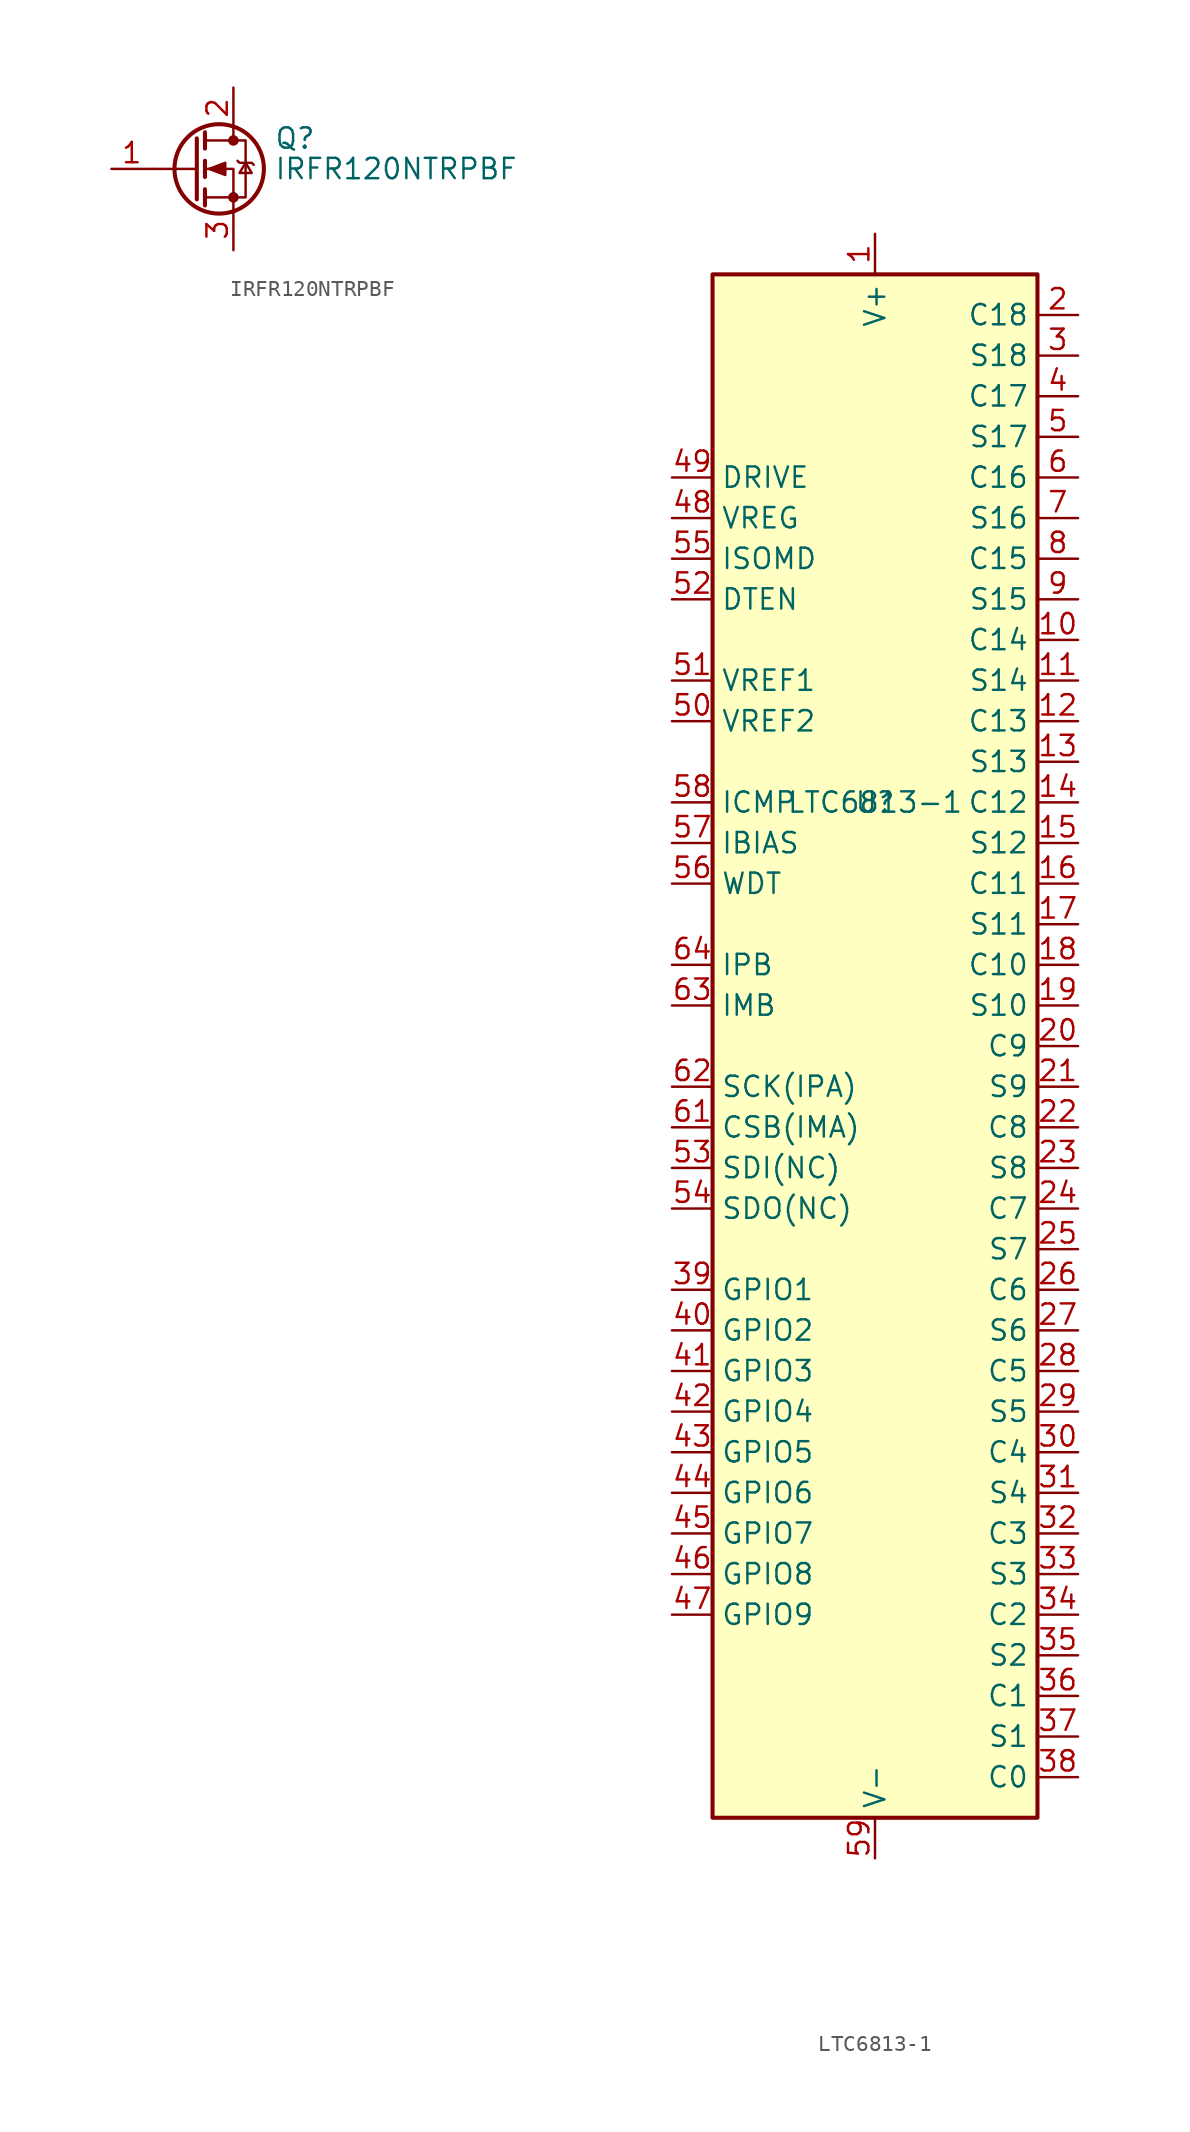
<source format=kicad_sym>
(kicad_symbol_lib
  (version 20220914)
  (generator kicad_symbol_editor)
  (symbol "IRFR120NTRPBF"
    (pin_names hide)
    (property "Reference" "Q"
      (at 5.08 1.905 0)
      (effects (font (size 1.27 1.27)) (justify left)))
    (property "Value" "IRFR120NTRPBF"
      (at 5.08 0 0)
      (effects (font (size 1.27 1.27)) (justify left)))
    (symbol "IRFR120NTRPBF_0_1"
      (polyline (pts (xy 0.254 0) (xy -2.54 0)) (stroke (width 0) (type default)) (fill (type none)))
      (polyline (pts (xy 0.254 1.905) (xy 0.254 -1.905)) (stroke (width 0.254) (type default)) (fill (type none)))
      (polyline (pts (xy 0.762 -1.27) (xy 0.762 -2.286)) (stroke (width 0.254) (type default)) (fill (type none)))
      (polyline (pts (xy 0.762 0.508) (xy 0.762 -0.508)) (stroke (width 0.254) (type default)) (fill (type none)))
      (polyline (pts (xy 0.762 2.286) (xy 0.762 1.27)) (stroke (width 0.254) (type default)) (fill (type none)))
      (polyline (pts (xy 2.54 2.54) (xy 2.54 1.778)) (stroke (width 0) (type default)) (fill (type none)))
      (polyline (pts (xy 2.54 -2.54) (xy 2.54 0) (xy 0.762 0)) (stroke (width 0) (type default)) (fill (type none)))
      (polyline (pts (xy 0.762 -1.778) (xy 3.302 -1.778) (xy 3.302 1.778) (xy 0.762 1.778)) (stroke (width 0) (type default)) (fill (type none)))
      (polyline (pts (xy 1.016 0) (xy 2.032 0.381) (xy 2.032 -0.381) (xy 1.016 0)) (stroke (width 0) (type default)) (fill (type outline)))
      (polyline (pts (xy 2.794 0.508) (xy 2.921 0.381) (xy 3.683 0.381) (xy 3.81 0.254)) (stroke (width 0) (type default)) (fill (type none)))
      (polyline (pts (xy 3.302 0.381) (xy 2.921 -0.254) (xy 3.683 -0.254) (xy 3.302 0.381)) (stroke (width 0) (type default)) (fill (type none)))
      (circle (center 1.651 0) (radius 2.794) (stroke (width 0.254) (type default)) (fill (type none)))
      (circle (center 2.54 -1.778) (radius 0.254) (stroke (width 0) (type default)) (fill (type outline)))
      (circle (center 2.54 1.778) (radius 0.254) (stroke (width 0) (type default)) (fill (type outline))))
    (symbol "IRFR120NTRPBF_1_1"
      (pin input line (at -5.08 0 0) (length 2.54) (name "G" (effects (font (size 1.27 1.27)))) (number "1" (effects (font (size 1.27 1.27)))))
      (pin passive line (at 2.54 5.08 270) (length 2.54) (name "D" (effects (font (size 1.27 1.27)))) (number "2" (effects (font (size 1.27 1.27)))))
      (pin passive line (at 2.54 -5.08 90) (length 2.54) (name "S" (effects (font (size 1.27 1.27)))) (number "3" (effects (font (size 1.27 1.27)))))))
  (symbol "LTC6813-1"
    (property "Reference" "U"
      (at 0 15.24 0)
      (effects (font (size 1.27 1.27))))
    (property "Value" "LTC6813-1"
      (at 0 15.24 0)
      (effects (font (size 1.27 1.27))))
    (symbol "LTC6813-1_0_1"
      (rectangle (start -10.16 48.26) (end 10.16 -48.26) (stroke (width 0.254) (type default)) (fill (type background))))
    (symbol "LTC6813-1_1_1"
      (pin power_in line (at 0 50.8 270) (length 2.54) (name "V+" (effects (font (size 1.27 1.27)))) (number "1" (effects (font (size 1.27 1.27)))))
      (pin input line (at 12.7 25.4 180) (length 2.54) (name "C14" (effects (font (size 1.27 1.27)))) (number "10" (effects (font (size 1.27 1.27)))))
      (pin bidirectional line (at 12.7 22.86 180) (length 2.54) (name "S14" (effects (font (size 1.27 1.27)))) (number "11" (effects (font (size 1.27 1.27)))))
      (pin input line (at 12.7 20.32 180) (length 2.54) (name "C13" (effects (font (size 1.27 1.27)))) (number "12" (effects (font (size 1.27 1.27)))))
      (pin bidirectional line (at 12.7 17.78 180) (length 2.54) (name "S13" (effects (font (size 1.27 1.27)))) (number "13" (effects (font (size 1.27 1.27)))))
      (pin input line (at 12.7 15.24 180) (length 2.54) (name "C12" (effects (font (size 1.27 1.27)))) (number "14" (effects (font (size 1.27 1.27)))))
      (pin bidirectional line (at 12.7 12.7 180) (length 2.54) (name "S12" (effects (font (size 1.27 1.27)))) (number "15" (effects (font (size 1.27 1.27)))))
      (pin input line (at 12.7 10.16 180) (length 2.54) (name "C11" (effects (font (size 1.27 1.27)))) (number "16" (effects (font (size 1.27 1.27)))))
      (pin bidirectional line (at 12.7 7.62 180) (length 2.54) (name "S11" (effects (font (size 1.27 1.27)))) (number "17" (effects (font (size 1.27 1.27)))))
      (pin input line (at 12.7 5.08 180) (length 2.54) (name "C10" (effects (font (size 1.27 1.27)))) (number "18" (effects (font (size 1.27 1.27)))))
      (pin bidirectional line (at 12.7 2.54 180) (length 2.54) (name "S10" (effects (font (size 1.27 1.27)))) (number "19" (effects (font (size 1.27 1.27)))))
      (pin input line (at 12.7 45.72 180) (length 2.54) (name "C18" (effects (font (size 1.27 1.27)))) (number "2" (effects (font (size 1.27 1.27)))))
      (pin input line (at 12.7 0 180) (length 2.54) (name "C9" (effects (font (size 1.27 1.27)))) (number "20" (effects (font (size 1.27 1.27)))))
      (pin bidirectional line (at 12.7 -2.54 180) (length 2.54) (name "S9" (effects (font (size 1.27 1.27)))) (number "21" (effects (font (size 1.27 1.27)))))
      (pin input line (at 12.7 -5.08 180) (length 2.54) (name "C8" (effects (font (size 1.27 1.27)))) (number "22" (effects (font (size 1.27 1.27)))))
      (pin bidirectional line (at 12.7 -7.62 180) (length 2.54) (name "S8" (effects (font (size 1.27 1.27)))) (number "23" (effects (font (size 1.27 1.27)))))
      (pin input line (at 12.7 -10.16 180) (length 2.54) (name "C7" (effects (font (size 1.27 1.27)))) (number "24" (effects (font (size 1.27 1.27)))))
      (pin bidirectional line (at 12.7 -12.7 180) (length 2.54) (name "S7" (effects (font (size 1.27 1.27)))) (number "25" (effects (font (size 1.27 1.27)))))
      (pin input line (at 12.7 -15.24 180) (length 2.54) (name "C6" (effects (font (size 1.27 1.27)))) (number "26" (effects (font (size 1.27 1.27)))))
      (pin bidirectional line (at 12.7 -17.78 180) (length 2.54) (name "S6" (effects (font (size 1.27 1.27)))) (number "27" (effects (font (size 1.27 1.27)))))
      (pin input line (at 12.7 -20.32 180) (length 2.54) (name "C5" (effects (font (size 1.27 1.27)))) (number "28" (effects (font (size 1.27 1.27)))))
      (pin bidirectional line (at 12.7 -22.86 180) (length 2.54) (name "S5" (effects (font (size 1.27 1.27)))) (number "29" (effects (font (size 1.27 1.27)))))
      (pin bidirectional line (at 12.7 43.18 180) (length 2.54) (name "S18" (effects (font (size 1.27 1.27)))) (number "3" (effects (font (size 1.27 1.27)))))
      (pin input line (at 12.7 -25.4 180) (length 2.54) (name "C4" (effects (font (size 1.27 1.27)))) (number "30" (effects (font (size 1.27 1.27)))))
      (pin bidirectional line (at 12.7 -27.94 180) (length 2.54) (name "S4" (effects (font (size 1.27 1.27)))) (number "31" (effects (font (size 1.27 1.27)))))
      (pin input line (at 12.7 -30.48 180) (length 2.54) (name "C3" (effects (font (size 1.27 1.27)))) (number "32" (effects (font (size 1.27 1.27)))))
      (pin bidirectional line (at 12.7 -33.02 180) (length 2.54) (name "S3" (effects (font (size 1.27 1.27)))) (number "33" (effects (font (size 1.27 1.27)))))
      (pin input line (at 12.7 -35.56 180) (length 2.54) (name "C2" (effects (font (size 1.27 1.27)))) (number "34" (effects (font (size 1.27 1.27)))))
      (pin bidirectional line (at 12.7 -38.1 180) (length 2.54) (name "S2" (effects (font (size 1.27 1.27)))) (number "35" (effects (font (size 1.27 1.27)))))
      (pin input line (at 12.7 -40.64 180) (length 2.54) (name "C1" (effects (font (size 1.27 1.27)))) (number "36" (effects (font (size 1.27 1.27)))))
      (pin bidirectional line (at 12.7 -43.18 180) (length 2.54) (name "S1" (effects (font (size 1.27 1.27)))) (number "37" (effects (font (size 1.27 1.27)))))
      (pin input line (at 12.7 -45.72 180) (length 2.54) (name "C0" (effects (font (size 1.27 1.27)))) (number "38" (effects (font (size 1.27 1.27)))))
      (pin bidirectional line (at -12.7 -15.24 0) (length 2.54) (name "GPIO1" (effects (font (size 1.27 1.27)))) (number "39" (effects (font (size 1.27 1.27)))))
      (pin input line (at 12.7 40.64 180) (length 2.54) (name "C17" (effects (font (size 1.27 1.27)))) (number "4" (effects (font (size 1.27 1.27)))))
      (pin bidirectional line (at -12.7 -17.78 0) (length 2.54) (name "GPIO2" (effects (font (size 1.27 1.27)))) (number "40" (effects (font (size 1.27 1.27)))))
      (pin bidirectional line (at -12.7 -20.32 0) (length 2.54) (name "GPIO3" (effects (font (size 1.27 1.27)))) (number "41" (effects (font (size 1.27 1.27)))))
      (pin bidirectional line (at -12.7 -22.86 0) (length 2.54) (name "GPIO4" (effects (font (size 1.27 1.27)))) (number "42" (effects (font (size 1.27 1.27)))))
      (pin bidirectional line (at -12.7 -25.4 0) (length 2.54) (name "GPIO5" (effects (font (size 1.27 1.27)))) (number "43" (effects (font (size 1.27 1.27)))))
      (pin bidirectional line (at -12.7 -27.94 0) (length 2.54) (name "GPIO6" (effects (font (size 1.27 1.27)))) (number "44" (effects (font (size 1.27 1.27)))))
      (pin bidirectional line (at -12.7 -30.48 0) (length 2.54) (name "GPIO7" (effects (font (size 1.27 1.27)))) (number "45" (effects (font (size 1.27 1.27)))))
      (pin bidirectional line (at -12.7 -33.02 0) (length 2.54) (name "GPIO8" (effects (font (size 1.27 1.27)))) (number "46" (effects (font (size 1.27 1.27)))))
      (pin bidirectional line (at -12.7 -35.56 0) (length 2.54) (name "GPIO9" (effects (font (size 1.27 1.27)))) (number "47" (effects (font (size 1.27 1.27)))))
      (pin input line (at -12.7 33.02 0) (length 2.54) (name "VREG" (effects (font (size 1.27 1.27)))) (number "48" (effects (font (size 1.27 1.27)))))
      (pin output line (at -12.7 35.56 0) (length 2.54) (name "DRIVE" (effects (font (size 1.27 1.27)))) (number "49" (effects (font (size 1.27 1.27)))))
      (pin bidirectional line (at 12.7 38.1 180) (length 2.54) (name "S17" (effects (font (size 1.27 1.27)))) (number "5" (effects (font (size 1.27 1.27)))))
      (pin output line (at -12.7 20.32 0) (length 2.54) (name "VREF2" (effects (font (size 1.27 1.27)))) (number "50" (effects (font (size 1.27 1.27)))))
      (pin output line (at -12.7 22.86 0) (length 2.54) (name "VREF1" (effects (font (size 1.27 1.27)))) (number "51" (effects (font (size 1.27 1.27)))))
      (pin input line (at -12.7 27.94 0) (length 2.54) (name "DTEN" (effects (font (size 1.27 1.27)))) (number "52" (effects (font (size 1.27 1.27)))))
      (pin input line (at -12.7 -7.62 0) (length 2.54) (name "SDI(NC)" (effects (font (size 1.27 1.27)))) (number "53" (effects (font (size 1.27 1.27)))))
      (pin open_collector line (at -12.7 -10.16 0) (length 2.54) (name "SDO(NC)" (effects (font (size 1.27 1.27)))) (number "54" (effects (font (size 1.27 1.27)))))
      (pin input line (at -12.7 30.48 0) (length 2.54) (name "ISOMD" (effects (font (size 1.27 1.27)))) (number "55" (effects (font (size 1.27 1.27)))))
      (pin output line (at -12.7 10.16 0) (length 2.54) (name "WDT" (effects (font (size 1.27 1.27)))) (number "56" (effects (font (size 1.27 1.27)))))
      (pin passive line (at -12.7 12.7 0) (length 2.54) (name "IBIAS" (effects (font (size 1.27 1.27)))) (number "57" (effects (font (size 1.27 1.27)))))
      (pin passive line (at -12.7 15.24 0) (length 2.54) (name "ICMP" (effects (font (size 1.27 1.27)))) (number "58" (effects (font (size 1.27 1.27)))))
      (pin passive line (at 0 -50.8 90) (length 2.54) (name "V-" (effects (font (size 1.27 1.27)))) (number "59" (effects (font (size 1.27 1.27)))))
      (pin input line (at 12.7 35.56 180) (length 2.54) (name "C16" (effects (font (size 1.27 1.27)))) (number "6" (effects (font (size 1.27 1.27)))))
      (pin passive line (at 0 -50.8 90) (length 2.54) hide (name "V-" (effects (font (size 1.27 1.27)))) (number "60" (effects (font (size 1.27 1.27)))))
      (pin bidirectional line (at -12.7 -5.08 0) (length 2.54) (name "CSB(IMA)" (effects (font (size 1.27 1.27)))) (number "61" (effects (font (size 1.27 1.27)))))
      (pin bidirectional line (at -12.7 -2.54 0) (length 2.54) (name "SCK(IPA)" (effects (font (size 1.27 1.27)))) (number "62" (effects (font (size 1.27 1.27)))))
      (pin bidirectional line (at -12.7 2.54 0) (length 2.54) (name "IMB" (effects (font (size 1.27 1.27)))) (number "63" (effects (font (size 1.27 1.27)))))
      (pin bidirectional line (at -12.7 5.08 0) (length 2.54) (name "IPB" (effects (font (size 1.27 1.27)))) (number "64" (effects (font (size 1.27 1.27)))))
      (pin bidirectional line (at 12.7 33.02 180) (length 2.54) (name "S16" (effects (font (size 1.27 1.27)))) (number "7" (effects (font (size 1.27 1.27)))))
      (pin input line (at 12.7 30.48 180) (length 2.54) (name "C15" (effects (font (size 1.27 1.27)))) (number "8" (effects (font (size 1.27 1.27)))))
      (pin bidirectional line (at 12.7 27.94 180) (length 2.54) (name "S15" (effects (font (size 1.27 1.27)))) (number "9" (effects (font (size 1.27 1.27))))))))
</source>
